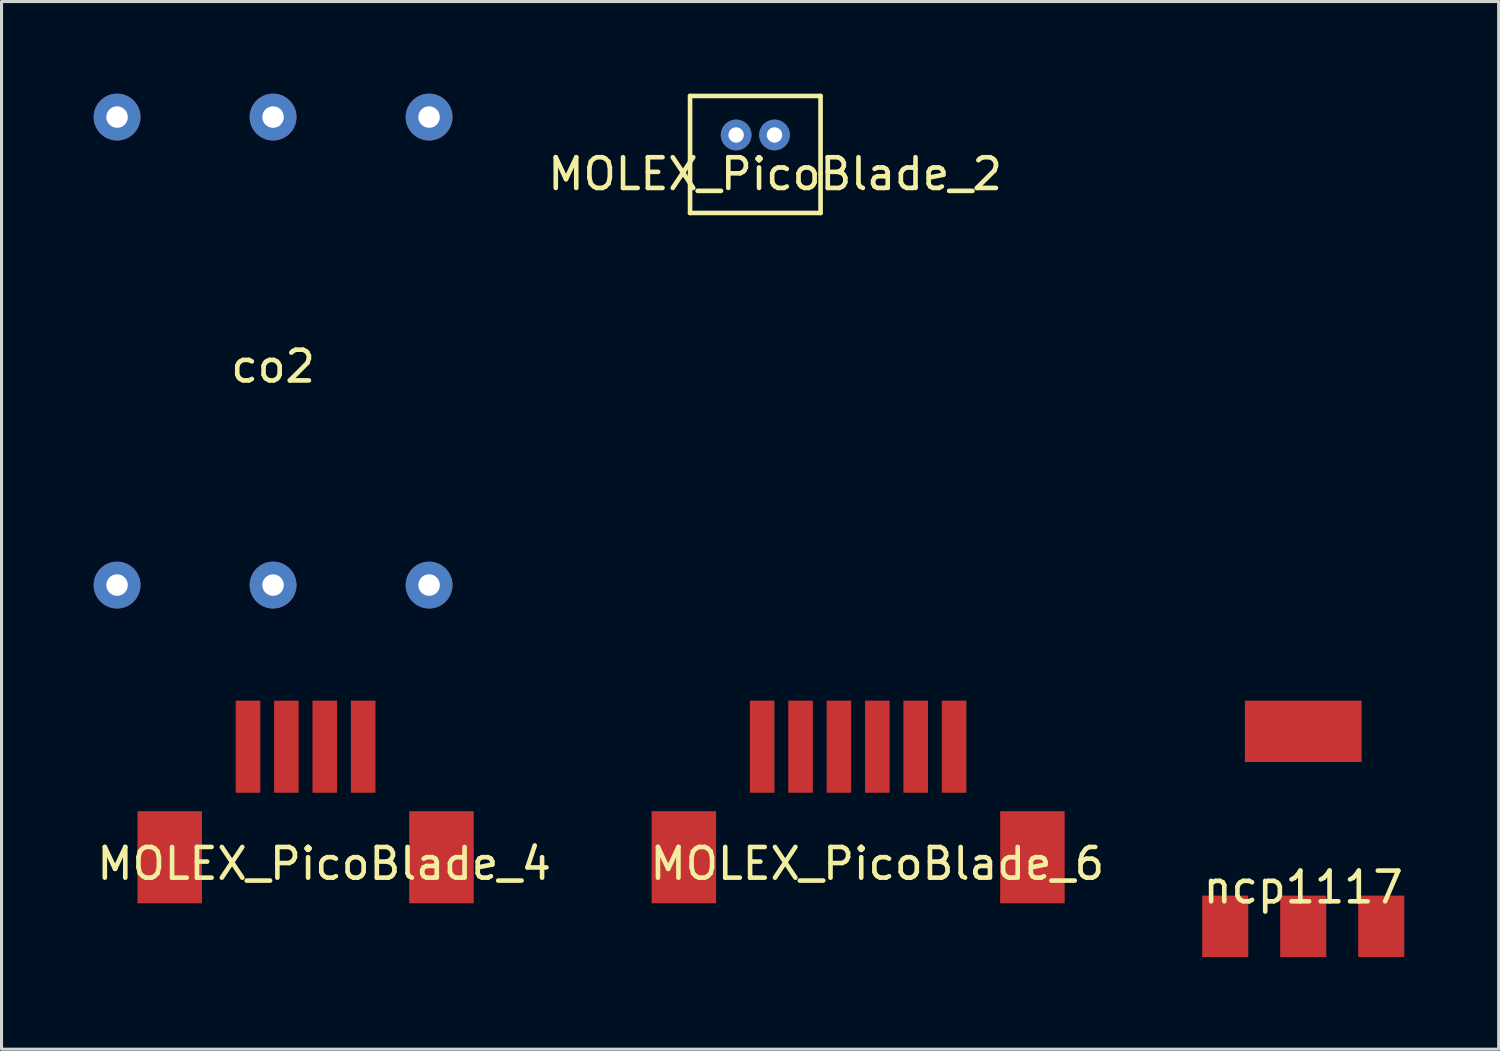
<source format=kicad_pcb>
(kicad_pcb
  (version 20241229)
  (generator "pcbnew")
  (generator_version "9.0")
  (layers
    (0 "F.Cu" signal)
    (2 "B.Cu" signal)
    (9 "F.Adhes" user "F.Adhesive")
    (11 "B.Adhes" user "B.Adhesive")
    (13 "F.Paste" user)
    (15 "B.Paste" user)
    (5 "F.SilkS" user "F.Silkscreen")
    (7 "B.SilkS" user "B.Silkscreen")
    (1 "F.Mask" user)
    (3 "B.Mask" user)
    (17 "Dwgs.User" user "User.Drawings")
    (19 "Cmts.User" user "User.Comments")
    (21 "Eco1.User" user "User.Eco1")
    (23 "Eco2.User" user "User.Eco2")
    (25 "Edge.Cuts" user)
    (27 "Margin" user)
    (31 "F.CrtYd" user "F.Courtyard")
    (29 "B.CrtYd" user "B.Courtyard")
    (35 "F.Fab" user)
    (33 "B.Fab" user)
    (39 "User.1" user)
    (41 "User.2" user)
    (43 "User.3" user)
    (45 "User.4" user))
  (footprint "MOLEX_PicoBlade_2"
    (layer "F.Cu")
    (at 20.92 1.345)
    (property "Reference" "MOLEX_PicoBlade_2" (at 1.27 1.27 0) (layer "F.SilkS") (effects (font (size 1 1) (thickness 0.15))))
    (attr through_hole)
    (fp_line (start -1.5 -1.27) (end 2.75 -1.27) (stroke (width 0.15) (type solid)) (layer "F.SilkS"))
    (fp_line (start -1.5 2.54) (end -1.5 -1.27) (stroke (width 0.15) (type solid)) (layer "F.SilkS"))
    (fp_line (start 2.75 -1.27) (end 2.75 1.27) (stroke (width 0.15) (type solid)) (layer "F.SilkS"))
    (fp_line (start 2.75 1.27) (end 2.75 2.54) (stroke (width 0.15) (type solid)) (layer "F.SilkS"))
    (fp_line (start 2.75 2.54) (end -1.5 2.54) (stroke (width 0.15) (type solid)) (layer "F.SilkS"))
    (pad "1" thru_hole circle (at 0 0) (size 1 1) (drill 0.5) (layers "*.Cu" "*.Mask"))
    (pad "2" thru_hole circle (at 1.25 0) (size 1 1) (drill 0.5) (layers "*.Cu" "*.Mask")))
  (footprint "MOLEX_PicoBlade_4"
    (layer "F.Cu")
    (at 8.776 23.804)
    (property "Reference" "MOLEX_PicoBlade_4" (at -1.27 1.27 0) (layer "F.SilkS") (effects (font (size 1 1) (thickness 0.15))))
    (attr through_hole)
    (pad "" smd rect (at -6.3 1.06) (size 2.1 3) (layers "F.Cu" "F.Mask" "F.Paste"))
    (pad "" smd rect (at 2.55 1.06) (size 2.1 3) (layers "F.Cu" "F.Mask" "F.Paste"))
    (pad "1" smd rect (at -3.75 -2.54) (size 0.8 3) (layers "F.Cu" "F.Mask" "F.Paste"))
    (pad "2" smd rect (at -2.5 -2.54) (size 0.8 3) (layers "F.Cu" "F.Mask" "F.Paste"))
    (pad "3" smd rect (at -1.25 -2.54) (size 0.8 3) (layers "F.Cu" "F.Mask" "F.Paste"))
    (pad "4" smd rect (at 0 -2.54) (size 0.8 3) (layers "F.Cu" "F.Mask" "F.Paste")))
  (footprint "ncp1117"
    (layer "F.Cu")
    (at 39.387 24.574)
    (property "Reference" "ncp1117" (at 0 1.27 0) (layer "F.SilkS") (effects (font (size 1 1) (thickness 0.15))))
    (attr through_hole)
    (pad "" smd rect (at 0 -3.81) (size 3.8 2) (layers "F.Cu" "F.Mask" "F.Paste"))
    (pad "1" smd rect (at -2.54 2.54) (size 1.5 2) (layers "F.Cu" "F.Mask" "F.Paste"))
    (pad "2" smd rect (at 0 2.54) (size 1.5 2) (layers "F.Cu" "F.Mask" "F.Paste"))
    (pad "3" smd rect (at 2.54 2.54) (size 1.5 2) (layers "F.Cu" "F.Mask" "F.Paste")))
  (footprint "co2"
    (layer "F.Cu")
    (at 5.842 8.382)
    (property "Reference" "co2" (at 0 0.5 0) (layer "F.SilkS") (effects (font (size 1 1) (thickness 0.15))))
    (attr through_hole)
    (pad "1" thru_hole circle (at -5.08 7.62) (size 1.524 1.524) (drill 0.7) (layers "*.Cu" "*.Mask"))
    (pad "2" thru_hole circle (at -5.08 -7.62) (size 1.524 1.524) (drill 0.7) (layers "*.Cu" "*.Mask"))
    (pad "3" thru_hole circle (at 0 7.62) (size 1.524 1.524) (drill 0.7) (layers "*.Cu" "*.Mask"))
    (pad "4" thru_hole circle (at 0 -7.62) (size 1.524 1.524) (drill 0.7) (layers "*.Cu" "*.Mask"))
    (pad "5" thru_hole circle (at 5.08 7.62) (size 1.524 1.524) (drill 0.7) (layers "*.Cu" "*.Mask"))
    (pad "6" thru_hole circle (at 5.08 -7.62) (size 1.524 1.524) (drill 0.7) (layers "*.Cu" "*.Mask")))
  (footprint "MOLEX_PicoBlade_6"
    (layer "F.Cu")
    (at 25.518 23.804)
    (property "Reference" "MOLEX_PicoBlade_6" (at 0 1.27 0) (layer "F.SilkS") (effects (font (size 1 1) (thickness 0.15))))
    (attr through_hole)
    (pad "" smd rect (at -6.3 1.06) (size 2.1 3) (layers "F.Cu" "F.Mask" "F.Paste"))
    (pad "" smd rect (at 5.05 1.06) (size 2.1 3) (layers "F.Cu" "F.Mask" "F.Paste"))
    (pad "1" smd rect (at -3.75 -2.54) (size 0.8 3) (layers "F.Cu" "F.Mask" "F.Paste"))
    (pad "2" smd rect (at -2.5 -2.54) (size 0.8 3) (layers "F.Cu" "F.Mask" "F.Paste"))
    (pad "3" smd rect (at -1.25 -2.54) (size 0.8 3) (layers "F.Cu" "F.Mask" "F.Paste"))
    (pad "4" smd rect (at 0 -2.54) (size 0.8 3) (layers "F.Cu" "F.Mask" "F.Paste"))
    (pad "5" smd rect (at 1.25 -2.54) (size 0.8 3) (layers "F.Cu" "F.Mask" "F.Paste"))
    (pad "6" smd rect (at 2.5 -2.54) (size 0.8 3) (layers "F.Cu" "F.Mask" "F.Paste")))
  (gr_rect
    (start -3 -3)
    (end 45.75 31.114)
    (stroke (width 0.1) (type default))
    (fill no)
    (layer "Edge.Cuts")))
</source>
